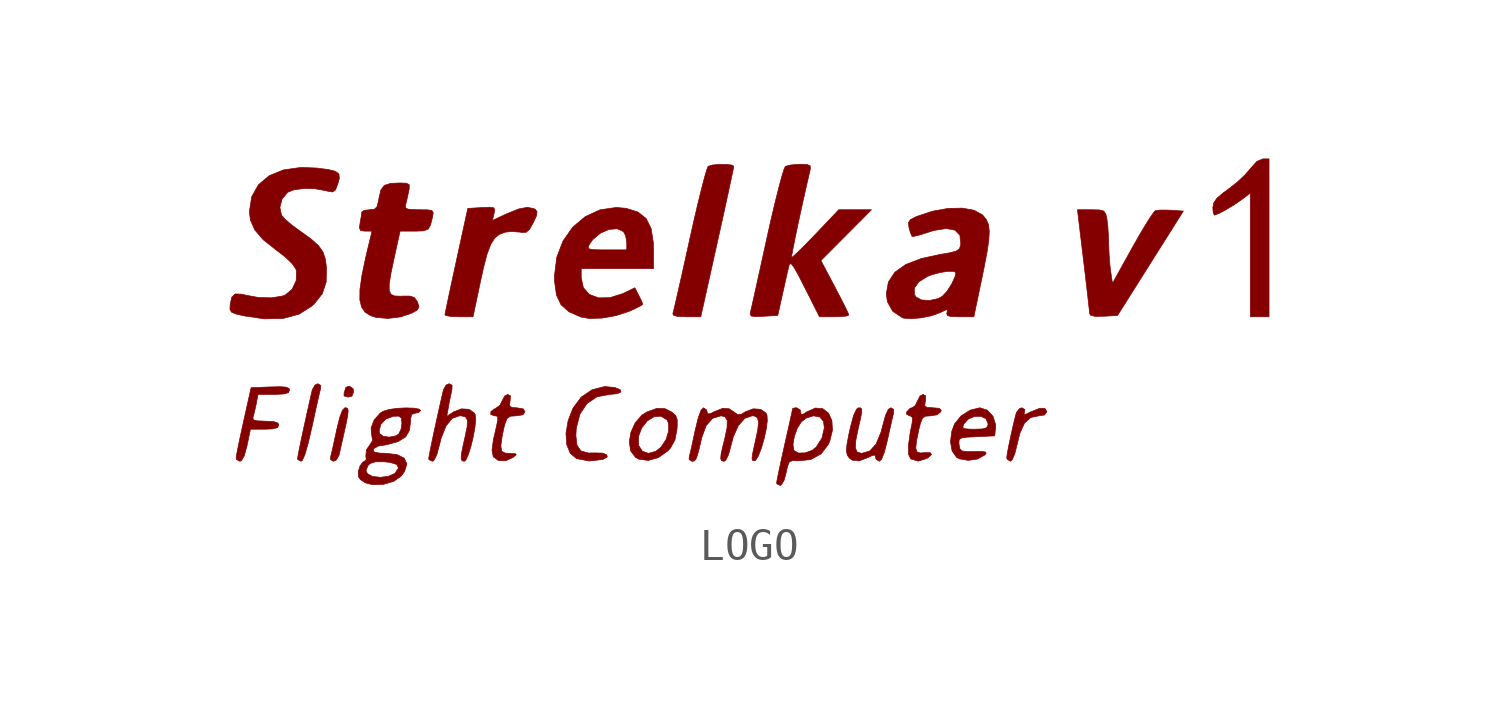
<source format=kicad_sym>
(kicad_symbol_lib
  (version 20210619)
  (generator bitmap2component)
  (symbol "LOGO"
    (pin_names
      (offset 1.016))
    (property "Reference" "#G"
      (at 0 6.369 0)
      (effects (font (size 1.27 1.27)) hide))
    (symbol "LOGO_0_0"
      (polyline (pts (xy -11.723 -5.79) (xy -11.399 -5.696) (xy -11.163 -5.531) (xy -11.054 -5.381) (xy -10.982 -5.147) (xy -11.064 -4.967) (xy -11.292 -4.851) (xy -11.658 -4.81) (xy -11.838 -4.805) (xy -12.011 -4.772) (xy -12.046 -4.705) (xy -12.023 -4.662) (xy -11.891 -4.584) (xy -11.638 -4.545) (xy -11.263 -4.443) (xy -11.023 -4.295) (xy -10.898 -4.083) (xy -10.867 -3.793) (xy -10.868 -3.735) (xy -10.83 -3.585) (xy -10.711 -3.544) (xy -10.618 -3.529) (xy -10.548 -3.46) (xy -10.596 -3.418) (xy -10.767 -3.387) (xy -11.016 -3.379) (xy -11.292 -3.393) (xy -11.547 -3.429) (xy -11.729 -3.485) (xy -11.826 -3.546) (xy -12.014 -3.758) (xy -12.112 -4.011) (xy -12.103 -4.11) (xy -11.857 -4.11) (xy -11.805 -3.901) (xy -11.643 -3.729) (xy -11.411 -3.644) (xy -11.242 -3.638) (xy -11.156 -3.695) (xy -11.139 -3.86) (xy -11.165 -4.048) (xy -11.24 -4.202) (xy -11.338 -4.263) (xy -11.536 -4.3) (xy -11.729 -4.275) (xy -11.84 -4.189) (xy -11.857 -4.11) (xy -12.103 -4.11) (xy -12.091 -4.244) (xy -12.063 -4.41) (xy -12.171 -4.576) (xy -12.258 -4.697) (xy -12.277 -4.899) (xy -12.262 -4.998) (xy -12.317 -5.063) (xy -12.366 -5.082) (xy -12.459 -5.208) (xy -12.505 -5.356) (xy -12.272 -5.356) (xy -12.21 -5.199) (xy -12.14 -5.131) (xy -11.973 -5.079) (xy -11.691 -5.079) (xy -11.513 -5.097) (xy -11.3 -5.164) (xy -11.248 -5.275) (xy -11.352 -5.433) (xy -11.368 -5.447) (xy -11.561 -5.535) (xy -11.817 -5.567) (xy -12.062 -5.541) (xy -12.224 -5.457) (xy -12.272 -5.356) (xy -12.505 -5.356) (xy -12.516 -5.391) (xy -12.508 -5.555) (xy -12.448 -5.638) (xy -12.287 -5.745) (xy -12.064 -5.8) (xy -11.723 -5.79)) (stroke (width 0.01)) (fill (type outline)))
      (polyline (pts (xy 0.822 -5.809) (xy 0.907 -5.674) (xy 0.977 -5.422) (xy 1.019 -5.222) (xy 1.076 -5.084) (xy 1.177 -5.04) (xy 1.364 -5.048) (xy 1.749 -5.009) (xy 2.079 -4.83) (xy 2.309 -4.527) (xy 2.351 -4.431) (xy 2.437 -4.081) (xy 2.418 -3.777) (xy 2.311 -3.543) (xy 2.132 -3.404) (xy 1.897 -3.384) (xy 1.622 -3.507) (xy 1.526 -3.571) (xy 1.45 -3.591) (xy 1.435 -3.507) (xy 1.419 -3.443) (xy 1.308 -3.376) (xy 1.25 -3.378) (xy 1.181 -3.398) (xy 1.18 -3.407) (xy 1.153 -3.533) (xy 1.098 -3.785) (xy 1.021 -4.132) (xy 0.93 -4.534) (xy 1.192 -4.534) (xy 1.235 -4.28) (xy 1.329 -4.019) (xy 1.456 -3.818) (xy 1.615 -3.696) (xy 1.839 -3.63) (xy 2.036 -3.665) (xy 2.154 -3.804) (xy 2.179 -4.011) (xy 2.105 -4.331) (xy 1.92 -4.62) (xy 1.793 -4.718) (xy 1.571 -4.798) (xy 1.358 -4.802) (xy 1.22 -4.72) (xy 1.216 -4.714) (xy 1.192 -4.534) (xy 0.93 -4.534) (xy 0.928 -4.543) (xy 0.903 -4.655) (xy 0.814 -5.06) (xy 0.741 -5.398) (xy 0.693 -5.637) (xy 0.675 -5.744) (xy 0.685 -5.776) (xy 0.788 -5.823) (xy 0.822 -5.809)) (stroke (width 0.01)) (fill (type outline)))
      (polyline (pts (xy -16.2 -5.044) (xy -16.107 -4.883) (xy -16.02 -4.557) (xy -15.915 -4.051) (xy -15.468 -4.051) (xy -15.214 -4.041) (xy -15.063 -4.002) (xy -15.021 -3.924) (xy -15.05 -3.856) (xy -15.183 -3.81) (xy -15.451 -3.797) (xy -15.461 -3.797) (xy -15.713 -3.787) (xy -15.829 -3.75) (xy -15.836 -3.677) (xy -15.832 -3.665) (xy -15.784 -3.491) (xy -15.733 -3.255) (xy -15.677 -2.954) (xy -15.18 -2.954) (xy -15.11 -2.953) (xy -14.851 -2.939) (xy -14.719 -2.899) (xy -14.683 -2.823) (xy -14.698 -2.768) (xy -14.782 -2.726) (xy -14.968 -2.711) (xy -15.289 -2.718) (xy -15.895 -2.743) (xy -16.13 -3.797) (xy -16.141 -3.845) (xy -16.229 -4.248) (xy -16.301 -4.591) (xy -16.35 -4.839) (xy -16.368 -4.958) (xy -16.356 -5.005) (xy -16.247 -5.063) (xy -16.2 -5.044)) (stroke (width 0.01)) (fill (type outline)))
      (polyline (pts (xy -14.279 -5.033) (xy -14.197 -4.849) (xy -14.096 -4.5) (xy -13.977 -3.987) (xy -13.964 -3.931) (xy -13.875 -3.519) (xy -13.796 -3.163) (xy -13.735 -2.899) (xy -13.702 -2.764) (xy -13.696 -2.673) (xy -13.79 -2.616) (xy -13.881 -2.658) (xy -13.965 -2.806) (xy -14.029 -3.083) (xy -14.12 -3.487) (xy -14.211 -3.902) (xy -14.296 -4.294) (xy -14.365 -4.626) (xy -14.412 -4.865) (xy -14.43 -4.974) (xy -14.421 -5.009) (xy -14.319 -5.063) (xy -14.279 -5.033)) (stroke (width 0.01)) (fill (type outline)))
      (polyline (pts (xy -13.207 -5.022) (xy -13.123 -4.873) (xy -13.067 -4.627) (xy -12.961 -4.161) (xy -12.888 -3.828) (xy -12.847 -3.606) (xy -12.834 -3.472) (xy -12.847 -3.403) (xy -12.883 -3.379) (xy -12.939 -3.376) (xy -13.015 -3.452) (xy -13.103 -3.688) (xy -13.197 -4.072) (xy -13.218 -4.173) (xy -13.29 -4.503) (xy -13.349 -4.767) (xy -13.386 -4.915) (xy -13.392 -5.006) (xy -13.298 -5.063) (xy -13.207 -5.022)) (stroke (width 0.01)) (fill (type outline)))
      (polyline (pts (xy -9.124 -5.025) (xy -9.047 -4.859) (xy -8.966 -4.603) (xy -8.893 -4.303) (xy -8.838 -4.005) (xy -8.812 -3.755) (xy -8.826 -3.597) (xy -8.856 -3.54) (xy -9.025 -3.424) (xy -9.261 -3.409) (xy -9.505 -3.502) (xy -9.726 -3.647) (xy -9.667 -3.321) (xy -9.661 -3.284) (xy -9.608 -3.017) (xy -9.563 -2.806) (xy -9.556 -2.665) (xy -9.651 -2.616) (xy -9.745 -2.658) (xy -9.83 -2.806) (xy -9.894 -3.083) (xy -9.985 -3.487) (xy -10.077 -3.902) (xy -10.161 -4.294) (xy -10.23 -4.626) (xy -10.277 -4.865) (xy -10.295 -4.974) (xy -10.285 -5.011) (xy -10.18 -5.063) (xy -10.129 -5.034) (xy -10.04 -4.862) (xy -9.957 -4.552) (xy -9.903 -4.337) (xy -9.749 -3.949) (xy -9.554 -3.71) (xy -9.323 -3.629) (xy -9.259 -3.631) (xy -9.129 -3.667) (xy -9.073 -3.774) (xy -9.084 -3.981) (xy -9.154 -4.318) (xy -9.207 -4.548) (xy -9.261 -4.819) (xy -9.272 -4.975) (xy -9.242 -5.046) (xy -9.17 -5.063) (xy -9.124 -5.025)) (stroke (width 0.01)) (fill (type outline)))
      (polyline (pts (xy -7.632 -4.939) (xy -7.632 -4.939) (xy -7.534 -4.855) (xy -7.564 -4.821) (xy -7.742 -4.813) (xy -7.887 -4.803) (xy -7.993 -4.744) (xy -8.017 -4.594) (xy -8.014 -4.535) (xy -7.981 -4.285) (xy -7.922 -4.003) (xy -7.891 -3.884) (xy -7.822 -3.712) (xy -7.721 -3.642) (xy -7.542 -3.629) (xy -7.533 -3.629) (xy -7.324 -3.597) (xy -7.257 -3.502) (xy -7.314 -3.41) (xy -7.519 -3.376) (xy -7.672 -3.367) (xy -7.747 -3.311) (xy -7.729 -3.164) (xy -7.728 -3.16) (xy -7.716 -3) (xy -7.802 -2.954) (xy -7.896 -3.002) (xy -7.98 -3.156) (xy -8.048 -3.294) (xy -8.193 -3.402) (xy -8.215 -3.408) (xy -8.333 -3.491) (xy -8.34 -3.584) (xy -8.227 -3.629) (xy -8.164 -3.631) (xy -8.121 -3.661) (xy -8.117 -3.752) (xy -8.152 -3.938) (xy -8.226 -4.254) (xy -8.257 -4.391) (xy -8.298 -4.713) (xy -8.262 -4.908) (xy -8.254 -4.923) (xy -8.093 -5.041) (xy -7.867 -5.047) (xy -7.632 -4.939)) (stroke (width 0.01)) (fill (type outline)))
      (polyline (pts (xy -4.828 -5.009) (xy -4.79 -4.998) (xy -4.664 -4.926) (xy -4.681 -4.855) (xy -4.817 -4.805) (xy -5.053 -4.798) (xy -5.263 -4.801) (xy -5.497 -4.733) (xy -5.619 -4.557) (xy -5.654 -4.248) (xy -5.641 -4.017) (xy -5.526 -3.576) (xy -5.303 -3.241) (xy -4.986 -3.028) (xy -4.588 -2.954) (xy -4.353 -2.933) (xy -4.233 -2.878) (xy -4.255 -2.806) (xy -4.433 -2.734) (xy -4.751 -2.706) (xy -5.142 -2.806) (xy -5.486 -3.04) (xy -5.745 -3.388) (xy -5.899 -3.783) (xy -5.966 -4.181) (xy -5.943 -4.535) (xy -5.831 -4.812) (xy -5.634 -4.976) (xy -5.624 -4.979) (xy -5.239 -5.054) (xy -4.828 -5.009)) (stroke (width 0.01)) (fill (type outline)))
      (polyline (pts (xy -3.05 -4.946) (xy -2.756 -4.736) (xy -2.67 -4.642) (xy -2.532 -4.397) (xy -2.468 -4.07) (xy -2.46 -3.981) (xy -2.458 -3.755) (xy -2.507 -3.619) (xy -2.625 -3.514) (xy -2.846 -3.402) (xy -3.101 -3.394) (xy -3.419 -3.509) (xy -3.571 -3.606) (xy -3.782 -3.847) (xy -3.918 -4.145) (xy -3.942 -4.286) (xy -3.68 -4.286) (xy -3.58 -4.013) (xy -3.402 -3.789) (xy -3.187 -3.658) (xy -2.97 -3.64) (xy -2.784 -3.755) (xy -2.733 -3.859) (xy -2.727 -4.102) (xy -2.81 -4.375) (xy -2.969 -4.616) (xy -3.136 -4.749) (xy -3.366 -4.812) (xy -3.558 -4.744) (xy -3.675 -4.563) (xy -3.68 -4.286) (xy -3.942 -4.286) (xy -3.97 -4.456) (xy -3.927 -4.735) (xy -3.776 -4.937) (xy -3.665 -4.997) (xy -3.369 -5.036) (xy -3.05 -4.946)) (stroke (width 0.01)) (fill (type outline)))
      (polyline (pts (xy -0.929 -5.032) (xy -0.84 -4.855) (xy -0.755 -4.537) (xy -0.692 -4.297) (xy -0.532 -3.939) (xy -0.329 -3.709) (xy -0.097 -3.629) (xy -0.026 -3.634) (xy 0.071 -3.691) (xy 0.105 -3.829) (xy 0.08 -4.075) (xy -0.001 -4.455) (xy -0.026 -4.563) (xy -0.084 -4.835) (xy -0.101 -4.984) (xy -0.077 -5.043) (xy -0.012 -5.045) (xy 0.016 -5.029) (xy 0.103 -4.89) (xy 0.195 -4.649) (xy 0.281 -4.353) (xy 0.348 -4.049) (xy 0.382 -3.785) (xy 0.372 -3.608) (xy 0.336 -3.536) (xy 0.169 -3.424) (xy -0.063 -3.408) (xy -0.303 -3.499) (xy -0.432 -3.576) (xy -0.548 -3.592) (xy -0.668 -3.509) (xy -0.821 -3.406) (xy -1.021 -3.392) (xy -1.287 -3.498) (xy -1.409 -3.557) (xy -1.499 -3.571) (xy -1.519 -3.497) (xy -1.531 -3.443) (xy -1.631 -3.376) (xy -1.707 -3.452) (xy -1.795 -3.688) (xy -1.889 -4.072) (xy -1.911 -4.173) (xy -1.982 -4.503) (xy -2.041 -4.767) (xy -2.078 -4.915) (xy -2.085 -5.005) (xy -1.994 -5.063) (xy -1.93 -5.055) (xy -1.876 -5.009) (xy -1.827 -4.893) (xy -1.768 -4.675) (xy -1.686 -4.324) (xy -1.685 -4.317) (xy -1.547 -3.939) (xy -1.342 -3.707) (xy -1.075 -3.629) (xy -0.952 -3.658) (xy -0.882 -3.776) (xy -0.887 -4.006) (xy -0.965 -4.369) (xy -1.013 -4.557) (xy -1.074 -4.825) (xy -1.088 -4.978) (xy -1.057 -5.047) (xy -0.982 -5.063) (xy -0.929 -5.032)) (stroke (width 0.01)) (fill (type outline)))
      (polyline (pts (xy 3.983 -5.001) (xy 4.073 -4.78) (xy 4.168 -4.406) (xy 4.181 -4.347) (xy 4.255 -4.013) (xy 4.318 -3.733) (xy 4.359 -3.562) (xy 4.369 -3.426) (xy 4.278 -3.376) (xy 4.199 -3.423) (xy 4.111 -3.607) (xy 4.019 -3.945) (xy 3.969 -4.137) (xy 3.814 -4.515) (xy 3.614 -4.737) (xy 3.364 -4.81) (xy 3.341 -4.809) (xy 3.215 -4.769) (xy 3.16 -4.644) (xy 3.171 -4.412) (xy 3.245 -4.046) (xy 3.317 -3.733) (xy 3.358 -3.527) (xy 3.361 -3.421) (xy 3.328 -3.381) (xy 3.258 -3.376) (xy 3.195 -3.42) (xy 3.102 -3.62) (xy 3.005 -3.977) (xy 2.946 -4.244) (xy 2.891 -4.546) (xy 2.877 -4.743) (xy 2.904 -4.87) (xy 2.97 -4.962) (xy 3.057 -5.026) (xy 3.273 -5.051) (xy 3.565 -4.941) (xy 3.688 -4.881) (xy 3.777 -4.867) (xy 3.797 -4.942) (xy 3.809 -4.996) (xy 3.912 -5.063) (xy 3.983 -5.001)) (stroke (width 0.01)) (fill (type outline)))
      (polyline (pts (xy 5.406 -4.976) (xy 5.453 -4.949) (xy 5.561 -4.848) (xy 5.513 -4.789) (xy 5.316 -4.792) (xy 5.199 -4.801) (xy 5.099 -4.764) (xy 5.063 -4.646) (xy 5.086 -4.419) (xy 5.162 -4.057) (xy 5.211 -3.861) (xy 5.276 -3.704) (xy 5.371 -3.64) (xy 5.533 -3.629) (xy 5.734 -3.597) (xy 5.853 -3.502) (xy 5.864 -3.453) (xy 5.804 -3.392) (xy 5.607 -3.376) (xy 5.606 -3.376) (xy 5.413 -3.364) (xy 5.346 -3.306) (xy 5.366 -3.164) (xy 5.367 -3.16) (xy 5.378 -3) (xy 5.292 -2.954) (xy 5.196 -3.006) (xy 5.113 -3.164) (xy 5.049 -3.304) (xy 4.944 -3.376) (xy 4.885 -3.39) (xy 4.779 -3.502) (xy 4.771 -3.576) (xy 4.865 -3.629) (xy 4.89 -3.63) (xy 4.962 -3.688) (xy 4.947 -3.861) (xy 4.89 -4.138) (xy 4.832 -4.561) (xy 4.836 -4.847) (xy 4.903 -4.986) (xy 4.907 -4.989) (xy 5.141 -5.058) (xy 5.406 -4.976)) (stroke (width 0.01)) (fill (type outline)))
      (polyline (pts (xy 7.011 -4.992) (xy 7.239 -4.864) (xy 7.276 -4.823) (xy 7.276 -4.774) (xy 7.162 -4.754) (xy 6.908 -4.755) (xy 6.681 -4.758) (xy 6.525 -4.737) (xy 6.455 -4.671) (xy 6.429 -4.54) (xy 6.423 -4.474) (xy 6.433 -4.38) (xy 6.505 -4.328) (xy 6.675 -4.303) (xy 6.978 -4.287) (xy 7.553 -4.261) (xy 7.579 -3.992) (xy 7.58 -3.905) (xy 7.499 -3.644) (xy 7.321 -3.451) (xy 7.084 -3.376) (xy 7.079 -3.376) (xy 6.779 -3.449) (xy 6.491 -3.632) (xy 6.288 -3.879) (xy 6.25 -3.982) (xy 6.542 -3.982) (xy 6.582 -3.883) (xy 6.711 -3.737) (xy 6.91 -3.65) (xy 7.115 -3.644) (xy 7.277 -3.721) (xy 7.342 -3.879) (xy 7.339 -3.923) (xy 7.298 -4.005) (xy 7.17 -4.042) (xy 6.917 -4.051) (xy 6.737 -4.049) (xy 6.582 -4.031) (xy 6.542 -3.982) (xy 6.25 -3.982) (xy 6.196 -4.125) (xy 6.158 -4.453) (xy 6.21 -4.742) (xy 6.35 -4.937) (xy 6.439 -4.985) (xy 6.716 -5.034) (xy 7.011 -4.992)) (stroke (width 0.01)) (fill (type outline)))
      (polyline (pts (xy 8.102 -5.019) (xy 8.185 -4.828) (xy 8.266 -4.503) (xy 8.351 -4.163) (xy 8.495 -3.855) (xy 8.689 -3.682) (xy 8.945 -3.629) (xy 9.123 -3.603) (xy 9.198 -3.502) (xy 9.136 -3.394) (xy 8.961 -3.395) (xy 8.69 -3.503) (xy 8.542 -3.575) (xy 8.476 -3.581) (xy 8.492 -3.503) (xy 8.502 -3.429) (xy 8.411 -3.376) (xy 8.336 -3.398) (xy 8.237 -3.523) (xy 8.2 -3.659) (xy 8.133 -3.934) (xy 8.062 -4.251) (xy 7.997 -4.559) (xy 7.95 -4.807) (xy 7.932 -4.942) (xy 7.944 -4.996) (xy 8.043 -5.063) (xy 8.102 -5.019)) (stroke (width 0.01)) (fill (type outline)))
      (polyline (pts (xy -12.716 -3.009) (xy -12.658 -2.869) (xy -12.681 -2.771) (xy -12.784 -2.7) (xy -12.842 -2.704) (xy -12.911 -2.736) (xy -12.918 -2.77) (xy -12.962 -2.904) (xy -12.964 -3.003) (xy -12.836 -3.038) (xy -12.716 -3.009)) (stroke (width 0.01)) (fill (type outline)))
      (polyline (pts (xy -14.884 -0.559) (xy -14.383 -0.424) (xy -13.974 -0.165) (xy -13.905 -0.101) (xy -13.65 0.22) (xy -13.527 0.591) (xy -13.519 1.054) (xy -13.553 1.312) (xy -13.629 1.54) (xy -13.772 1.741) (xy -14.008 1.951) (xy -14.364 2.206) (xy -14.614 2.389) (xy -14.823 2.57) (xy -14.936 2.7) (xy -14.987 2.943) (xy -14.916 3.21) (xy -14.739 3.42) (xy -14.548 3.496) (xy -14.232 3.538) (xy -13.87 3.53) (xy -13.526 3.467) (xy -13.482 3.454) (xy -13.322 3.429) (xy -13.234 3.495) (xy -13.158 3.688) (xy -13.112 3.863) (xy -13.126 3.995) (xy -13.234 4.08) (xy -13.46 4.137) (xy -13.829 4.184) (xy -14.323 4.203) (xy -14.876 4.125) (xy -15.328 3.94) (xy -15.665 3.654) (xy -15.876 3.276) (xy -15.948 2.814) (xy -15.918 2.549) (xy -15.778 2.231) (xy -15.509 1.92) (xy -15.094 1.593) (xy -14.812 1.375) (xy -14.593 1.162) (xy -14.481 0.997) (xy -14.463 0.931) (xy -14.472 0.636) (xy -14.6 0.363) (xy -14.819 0.18) (xy -14.912 0.146) (xy -15.254 0.092) (xy -15.66 0.102) (xy -16.064 0.176) (xy -16.189 0.207) (xy -16.395 0.214) (xy -16.505 0.111) (xy -16.555 -0.127) (xy -16.561 -0.267) (xy -16.516 -0.357) (xy -16.381 -0.416) (xy -16.118 -0.477) (xy -15.485 -0.571) (xy -14.884 -0.559)) (stroke (width 0.01)) (fill (type outline)))
      (polyline (pts (xy -11.169 -0.509) (xy -10.808 -0.383) (xy -10.654 -0.291) (xy -10.6 -0.193) (xy -10.647 -0.043) (xy -10.659 -0.018) (xy -10.744 0.099) (xy -10.881 0.146) (xy -11.127 0.146) (xy -11.182 0.143) (xy -11.367 0.15) (xy -11.484 0.201) (xy -11.54 0.32) (xy -11.539 0.53) (xy -11.487 0.857) (xy -11.388 1.324) (xy -11.197 2.194) (xy -10.722 2.194) (xy -10.461 2.203) (xy -10.316 2.253) (xy -10.237 2.385) (xy -10.174 2.637) (xy -10.171 2.651) (xy -10.152 2.777) (xy -10.192 2.842) (xy -10.327 2.866) (xy -10.594 2.869) (xy -10.757 2.871) (xy -10.949 2.888) (xy -11.027 2.932) (xy -11.024 3.017) (xy -10.979 3.2) (xy -10.928 3.439) (xy -10.909 3.532) (xy -10.909 3.659) (xy -10.995 3.706) (xy -11.21 3.713) (xy -11.498 3.7) (xy -11.695 3.636) (xy -11.803 3.493) (xy -11.862 3.241) (xy -11.876 3.15) (xy -11.925 2.963) (xy -12.007 2.885) (xy -12.161 2.869) (xy -12.332 2.848) (xy -12.405 2.795) (xy -12.405 2.795) (xy -12.42 2.665) (xy -12.457 2.458) (xy -12.48 2.298) (xy -12.44 2.211) (xy -12.296 2.194) (xy -12.082 2.194) (xy -12.2 1.709) (xy -12.288 1.335) (xy -12.404 0.777) (xy -12.463 0.348) (xy -12.466 0.028) (xy -12.411 -0.202) (xy -12.299 -0.362) (xy -12.127 -0.471) (xy -11.956 -0.526) (xy -11.577 -0.558) (xy -11.169 -0.509)) (stroke (width 0.01)) (fill (type outline)))
      (polyline (pts (xy -4.824 -0.547) (xy -4.387 -0.469) (xy -3.978 -0.335) (xy -3.797 -0.254) (xy -3.615 -0.162) (xy -3.544 -0.112) (xy -3.544 -0.11) (xy -3.583 -0.011) (xy -3.669 0.166) (xy -3.794 0.408) (xy -4.129 0.246) (xy -4.181 0.222) (xy -4.586 0.096) (xy -4.943 0.091) (xy -5.228 0.199) (xy -5.417 0.41) (xy -5.485 0.717) (xy -5.485 1.013) (xy -3.207 1.013) (xy -3.207 1.627) (xy -3.212 1.832) (xy -3.281 2.276) (xy -3.439 2.592) (xy -3.699 2.799) (xy -4.072 2.914) (xy -4.382 2.941) (xy -4.895 2.866) (xy -5.359 2.652) (xy -5.754 2.319) (xy -6.06 1.884) (xy -6.137 1.683) (xy -5.268 1.683) (xy -5.235 1.766) (xy -5.122 1.928) (xy -4.884 2.128) (xy -4.612 2.248) (xy -4.353 2.27) (xy -4.152 2.177) (xy -4.085 2.05) (xy -4.05 1.84) (xy -4.05 1.603) (xy -4.686 1.603) (xy -4.868 1.604) (xy -5.115 1.611) (xy -5.238 1.635) (xy -5.268 1.683) (xy -6.137 1.683) (xy -6.258 1.366) (xy -6.329 0.784) (xy -6.325 0.604) (xy -6.266 0.178) (xy -6.12 -0.13) (xy -5.868 -0.351) (xy -5.49 -0.516) (xy -5.226 -0.56) (xy -4.824 -0.547)) (stroke (width 0.01)) (fill (type outline)))
      (polyline (pts (xy 5.252 -0.537) (xy 5.573 -0.47) (xy 5.83 -0.376) (xy 5.835 -0.373) (xy 6.008 -0.291) (xy 6.067 -0.29) (xy 6.049 -0.371) (xy 6.039 -0.403) (xy 6.061 -0.468) (xy 6.186 -0.499) (xy 6.446 -0.506) (xy 6.895 -0.506) (xy 7.168 0.806) (xy 7.211 1.014) (xy 7.31 1.528) (xy 7.366 1.914) (xy 7.381 2.198) (xy 7.355 2.405) (xy 7.286 2.563) (xy 7.177 2.696) (xy 7.17 2.704) (xy 6.906 2.851) (xy 6.531 2.92) (xy 6.08 2.91) (xy 5.589 2.823) (xy 5.095 2.659) (xy 5.087 2.656) (xy 4.896 2.56) (xy 4.83 2.459) (xy 4.85 2.3) (xy 4.9 2.131) (xy 4.945 2.03) (xy 4.985 2.027) (xy 5.146 2.061) (xy 5.381 2.136) (xy 5.641 2.217) (xy 6.027 2.277) (xy 6.3 2.225) (xy 6.454 2.065) (xy 6.483 1.798) (xy 6.473 1.728) (xy 6.433 1.63) (xy 6.336 1.565) (xy 6.144 1.514) (xy 5.823 1.458) (xy 5.241 1.332) (xy 4.747 1.143) (xy 4.403 0.898) (xy 4.201 0.592) (xy 4.166 0.396) (xy 5.018 0.396) (xy 5.159 0.594) (xy 5.43 0.765) (xy 5.574 0.821) (xy 5.829 0.889) (xy 6.074 0.927) (xy 6.257 0.927) (xy 6.329 0.883) (xy 6.298 0.749) (xy 6.19 0.518) (xy 6.042 0.29) (xy 5.897 0.138) (xy 5.766 0.068) (xy 5.499 0.007) (xy 5.243 0.025) (xy 5.066 0.122) (xy 5.02 0.198) (xy 5.018 0.396) (xy 4.166 0.396) (xy 4.135 0.219) (xy 4.168 -0.032) (xy 4.337 -0.333) (xy 4.641 -0.536) (xy 4.689 -0.55) (xy 4.934 -0.567) (xy 5.252 -0.537)) (stroke (width 0.01)) (fill (type outline)))
      (polyline (pts (xy -8.658 0.627) (xy -8.562 1.063) (xy -8.451 1.481) (xy -8.339 1.776) (xy -8.216 1.971) (xy -8.069 2.091) (xy -7.885 2.161) (xy -7.684 2.183) (xy -7.423 2.164) (xy -7.362 2.153) (xy -7.222 2.158) (xy -7.117 2.249) (xy -6.997 2.461) (xy -6.899 2.672) (xy -6.877 2.805) (xy -6.933 2.879) (xy -6.978 2.904) (xy -7.184 2.946) (xy -7.46 2.893) (xy -7.836 2.741) (xy -8.288 2.531) (xy -8.234 2.747) (xy -8.211 2.864) (xy -8.241 2.93) (xy -8.366 2.948) (xy -8.621 2.937) (xy -9.062 2.911) (xy -9.421 1.266) (xy -9.44 1.177) (xy -9.548 0.679) (xy -9.642 0.242) (xy -9.716 -0.108) (xy -9.765 -0.345) (xy -9.784 -0.443) (xy -9.75 -0.468) (xy -9.59 -0.496) (xy -9.343 -0.506) (xy -8.897 -0.506) (xy -8.658 0.627)) (stroke (width 0.01)) (fill (type outline)))
      (polyline (pts (xy -1.195 1.835) (xy -1.171 1.946) (xy -1.038 2.543) (xy -0.92 3.084) (xy -0.82 3.545) (xy -0.742 3.906) (xy -0.692 4.145) (xy -0.675 4.24) (xy -0.744 4.279) (xy -0.921 4.298) (xy -1.144 4.298) (xy -1.351 4.279) (xy -1.482 4.239) (xy -1.483 4.239) (xy -1.525 4.138) (xy -1.596 3.896) (xy -1.691 3.532) (xy -1.805 3.071) (xy -1.931 2.533) (xy -2.064 1.941) (xy -2.066 1.929) (xy -2.197 1.335) (xy -2.318 0.793) (xy -2.424 0.326) (xy -2.508 -0.043) (xy -2.567 -0.293) (xy -2.595 -0.401) (xy -2.583 -0.454) (xy -2.453 -0.494) (xy -2.175 -0.506) (xy -1.716 -0.506) (xy -1.195 1.835)) (stroke (width 0.01)) (fill (type outline)))
      (polyline (pts (xy 2.68 -0.502) (xy 2.877 -0.482) (xy 2.954 -0.452) (xy 2.926 -0.381) (xy 2.833 -0.187) (xy 2.689 0.096) (xy 2.513 0.434) (xy 2.072 1.267) (xy 2.87 2.068) (xy 3.667 2.869) (xy 2.635 2.869) (xy 1.904 2.1) (xy 1.868 2.063) (xy 1.594 1.78) (xy 1.367 1.554) (xy 1.21 1.408) (xy 1.146 1.362) (xy 1.153 1.431) (xy 1.191 1.638) (xy 1.254 1.954) (xy 1.336 2.348) (xy 1.431 2.791) (xy 1.533 3.252) (xy 1.635 3.703) (xy 1.73 4.114) (xy 1.74 4.157) (xy 1.734 4.254) (xy 1.639 4.295) (xy 1.415 4.302) (xy 1.332 4.3) (xy 1.097 4.277) (xy 0.952 4.236) (xy 0.913 4.155) (xy 0.842 3.929) (xy 0.747 3.58) (xy 0.635 3.132) (xy 0.51 2.606) (xy 0.38 2.026) (xy 0.268 1.516) (xy 0.147 0.966) (xy 0.04 0.483) (xy -0.046 0.092) (xy -0.108 -0.182) (xy -0.139 -0.317) (xy -0.159 -0.421) (xy -0.125 -0.483) (xy 0.002 -0.501) (xy 0.261 -0.49) (xy 0.712 -0.464) (xy 0.862 0.211) (xy 0.878 0.283) (xy 0.955 0.625) (xy 1.02 0.915) (xy 1.063 1.097) (xy 1.067 1.114) (xy 1.1 1.172) (xy 1.154 1.148) (xy 1.242 1.022) (xy 1.377 0.779) (xy 1.57 0.401) (xy 2.027 -0.506) (xy 2.49 -0.506) (xy 2.68 -0.502)) (stroke (width 0.01)) (fill (type outline)))
      (polyline (pts (xy 10.987 -0.49) (xy 11.426 -0.464) (xy 12.463 1.181) (xy 13.5 2.827) (xy 13.111 2.853) (xy 12.998 2.859) (xy 12.76 2.858) (xy 12.618 2.839) (xy 12.589 2.814) (xy 12.48 2.664) (xy 12.316 2.407) (xy 12.114 2.068) (xy 11.89 1.674) (xy 11.266 0.548) (xy 11.209 0.928) (xy 11.187 1.108) (xy 11.159 1.466) (xy 11.145 1.825) (xy 11.138 2.057) (xy 11.116 2.374) (xy 11.086 2.605) (xy 11.055 2.735) (xy 10.991 2.827) (xy 10.854 2.863) (xy 10.597 2.869) (xy 10.161 2.869) (xy 10.351 1.287) (xy 10.352 1.281) (xy 10.412 0.778) (xy 10.464 0.33) (xy 10.506 -0.035) (xy 10.534 -0.29) (xy 10.545 -0.405) (xy 10.569 -0.453) (xy 10.707 -0.492) (xy 10.987 -0.49)) (stroke (width 0.01)) (fill (type outline)))
      (polyline (pts (xy 16.202 4.472) (xy 16.012 4.472) (xy 15.822 4.396) (xy 15.615 4.167) (xy 15.46 3.984) (xy 15.204 3.742) (xy 14.919 3.518) (xy 14.76 3.403) (xy 14.557 3.23) (xy 14.457 3.086) (xy 14.43 2.937) (xy 14.443 2.773) (xy 14.476 2.7) (xy 14.492 2.702) (xy 14.641 2.761) (xy 14.865 2.881) (xy 15.115 3.033) (xy 15.337 3.187) (xy 15.611 3.395) (xy 15.611 -0.506) (xy 16.202 -0.506) (xy 16.202 4.472)) (stroke (width 0.01)) (fill (type outline))))))
</source>
